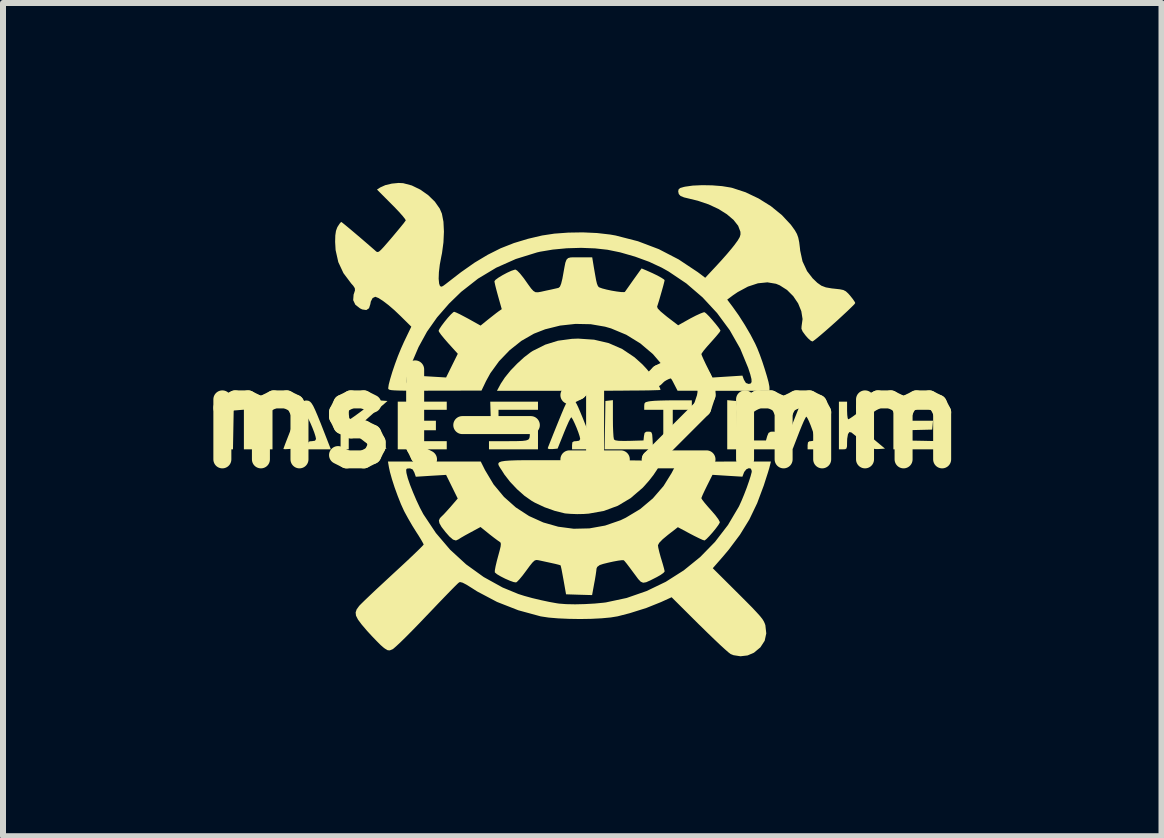
<source format=kicad_pcb>
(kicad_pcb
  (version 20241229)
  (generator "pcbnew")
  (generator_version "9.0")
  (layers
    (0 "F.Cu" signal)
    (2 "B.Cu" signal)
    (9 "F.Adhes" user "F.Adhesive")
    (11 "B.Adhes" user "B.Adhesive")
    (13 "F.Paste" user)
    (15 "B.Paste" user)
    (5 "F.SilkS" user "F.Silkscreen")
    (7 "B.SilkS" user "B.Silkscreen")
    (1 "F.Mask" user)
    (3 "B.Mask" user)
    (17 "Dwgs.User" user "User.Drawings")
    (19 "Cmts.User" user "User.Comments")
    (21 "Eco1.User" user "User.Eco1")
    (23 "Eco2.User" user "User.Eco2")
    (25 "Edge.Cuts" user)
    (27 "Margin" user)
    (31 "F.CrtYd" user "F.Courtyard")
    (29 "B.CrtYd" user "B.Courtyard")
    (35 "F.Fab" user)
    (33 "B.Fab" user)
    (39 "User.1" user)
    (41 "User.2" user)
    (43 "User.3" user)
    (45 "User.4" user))
  (footprint "msl-12mm"
    (layer "F.Cu")
    (at 6.657 3.93)
    (property "Reference" "msl-12mm" (at 0 0 0) (layer "F.SilkS") (effects (font (size 1.5 1.5) (thickness 0.3))))
    (attr board_only exclude_from_pos_files exclude_from_bom)
    (fp_poly (pts (xy 2.491 -0.302) (xy 2.565 -0.295) (xy 2.576 0.034) (xy 2.588 0.363) (xy 2.825 0.363) (xy 3.063 0.363) (xy 3.084 0.289) (xy 3.106 0.237) (xy 3.141 0.218) (xy 3.17 0.216) (xy 3.205 0.217) (xy 3.224 0.23) (xy 3.232 0.262) (xy 3.235 0.326) (xy 3.235 0.363) (xy 3.235 0.511) (xy 2.826 0.511) (xy 2.417 0.511) (xy 2.417 0.101) (xy 2.417 -0.309)) (stroke (width 0) (type solid)) (fill yes) (layer "F.SilkS"))
    (fp_poly (pts (xy 1.827 -0.227) (xy 1.827 -0.148) (xy 1.668 -0.148) (xy 1.509 -0.148) (xy 1.509 0.182) (xy 1.509 0.511) (xy 1.43 0.511) (xy 1.351 0.511) (xy 1.351 0.182) (xy 1.351 -0.148) (xy 1.192 -0.148) (xy 1.033 -0.148) (xy 1.033 -0.213) (xy 1.037 -0.253) (xy 1.057 -0.275) (xy 1.105 -0.287) (xy 1.138 -0.292) (xy 1.202 -0.298) (xy 1.298 -0.302) (xy 1.414 -0.305) (xy 1.535 -0.306) (xy 1.827 -0.306)) (stroke (width 0) (type solid)) (fill yes) (layer "F.SilkS"))
    (fp_poly (pts (xy -2.259 -0.216) (xy -2.259 -0.148) (xy -2.588 -0.148) (xy -2.917 -0.148) (xy -2.917 -0.057) (xy -2.917 0.034) (xy -2.678 0.034) (xy -2.44 0.034) (xy -2.44 0.113) (xy -2.44 0.193) (xy -2.678 0.193) (xy -2.917 0.193) (xy -2.917 0.284) (xy -2.917 0.375) (xy -2.588 0.375) (xy -2.259 0.375) (xy -2.259 0.443) (xy -2.259 0.511) (xy -2.667 0.511) (xy -3.076 0.511) (xy -3.076 0.113) (xy -3.076 -0.284) (xy -2.667 -0.284) (xy -2.259 -0.284)) (stroke (width 0) (type solid)) (fill yes) (layer "F.SilkS"))
    (fp_poly (pts (xy 6.004 -0.216) (xy 6.004 -0.148) (xy 5.675 -0.148) (xy 5.346 -0.148) (xy 5.346 -0.057) (xy 5.346 0.034) (xy 5.597 0.034) (xy 5.848 0.034) (xy 5.841 0.108) (xy 5.834 0.182) (xy 5.588 0.188) (xy 5.343 0.195) (xy 5.35 0.279) (xy 5.357 0.363) (xy 5.68 0.369) (xy 6.004 0.376) (xy 6.004 0.443) (xy 6.004 0.511) (xy 5.595 0.511) (xy 5.187 0.511) (xy 5.187 0.113) (xy 5.187 -0.284) (xy 5.595 -0.284) (xy 6.004 -0.284)) (stroke (width 0) (type solid)) (fill yes) (layer "F.SilkS"))
    (fp_poly (pts (xy 0.511 0.004) (xy 0.512 0.121) (xy 0.516 0.222) (xy 0.521 0.299) (xy 0.528 0.342) (xy 0.53 0.347) (xy 0.553 0.361) (xy 0.605 0.369) (xy 0.692 0.371) (xy 0.785 0.37) (xy 1.021 0.363) (xy 1.029 0.289) (xy 1.039 0.238) (xy 1.065 0.218) (xy 1.1 0.216) (xy 1.135 0.218) (xy 1.155 0.231) (xy 1.166 0.265) (xy 1.171 0.331) (xy 1.173 0.363) (xy 1.18 0.511) (xy 0.777 0.511) (xy 0.373 0.511) (xy 0.38 0.108) (xy 0.386 -0.295) (xy 0.448 -0.302) (xy 0.511 -0.309)) (stroke (width 0) (type solid)) (fill yes) (layer "F.SilkS"))
    (fp_poly (pts (xy -5.545 -0.305) (xy -5.429 -0.302) (xy -5.333 -0.298) (xy -5.269 -0.292) (xy -5.164 -0.278) (xy -5.164 0.117) (xy -5.164 0.511) (xy -5.232 0.511) (xy -5.3 0.511) (xy -5.3 0.182) (xy -5.3 -0.148) (xy -5.391 -0.148) (xy -5.482 -0.148) (xy -5.482 0.182) (xy -5.482 0.511) (xy -5.561 0.511) (xy -5.641 0.511) (xy -5.641 0.18) (xy -5.641 -0.15) (xy -5.726 -0.143) (xy -5.811 -0.136) (xy -5.817 0.187) (xy -5.823 0.511) (xy -5.891 0.511) (xy -5.958 0.511) (xy -5.958 0.102) (xy -5.958 -0.306) (xy -5.667 -0.306)) (stroke (width 0) (type solid)) (fill yes) (layer "F.SilkS"))
    (fp_poly (pts (xy -0.738 -0.216) (xy -0.738 -0.148) (xy -1.067 -0.148) (xy -1.396 -0.148) (xy -1.396 -0.057) (xy -1.396 0.034) (xy -1.067 0.034) (xy -0.738 0.034) (xy -0.738 0.272) (xy -0.738 0.511) (xy -1.146 0.511) (xy -1.555 0.511) (xy -1.555 0.443) (xy -1.555 0.375) (xy -1.228 0.375) (xy -1.094 0.374) (xy -0.999 0.371) (xy -0.937 0.363) (xy -0.899 0.349) (xy -0.881 0.324) (xy -0.875 0.288) (xy -0.874 0.248) (xy -0.874 0.194) (xy -1.197 0.188) (xy -1.521 0.182) (xy -1.527 -0.051) (xy -1.534 -0.284) (xy -1.136 -0.284) (xy -0.738 -0.284)) (stroke (width 0) (type solid)) (fill yes) (layer "F.SilkS"))
    (fp_poly (pts (xy 0.197 -1.317) (xy 0.441 -1.26) (xy 0.665 -1.162) (xy 0.872 -1.023) (xy 1 -0.908) (xy 1.072 -0.831) (xy 1.144 -0.744) (xy 1.21 -0.655) (xy 1.263 -0.575) (xy 1.296 -0.511) (xy 1.305 -0.48) (xy 1.283 -0.477) (xy 1.22 -0.475) (xy 1.119 -0.472) (xy 0.984 -0.47) (xy 0.819 -0.469) (xy 0.629 -0.467) (xy 0.417 -0.466) (xy 0.187 -0.466) (xy -0.057 -0.465) (xy -0.058 -0.465) (xy -1.422 -0.465) (xy -1.358 -0.584) (xy -1.29 -0.687) (xy -1.196 -0.803) (xy -1.084 -0.919) (xy -0.968 -1.025) (xy -0.858 -1.109) (xy -0.825 -1.13) (xy -0.617 -1.234) (xy -0.404 -1.3) (xy -0.173 -1.331) (xy -0.068 -1.335)) (stroke (width 0) (type solid)) (fill yes) (layer "F.SilkS"))
    (fp_poly (pts (xy 3.965 0.089) (xy 4.015 0.212) (xy 4.057 0.321) (xy 4.091 0.409) (xy 4.113 0.468) (xy 4.12 0.492) (xy 4.099 0.5) (xy 4.043 0.507) (xy 3.964 0.511) (xy 3.938 0.511) (xy 3.757 0.511) (xy 3.757 0.443) (xy 3.763 0.394) (xy 3.789 0.376) (xy 3.812 0.375) (xy 3.86 0.367) (xy 3.88 0.354) (xy 3.878 0.325) (xy 3.863 0.268) (xy 3.838 0.194) (xy 3.809 0.114) (xy 3.779 0.042) (xy 3.753 -0.011) (xy 3.736 -0.034) (xy 3.735 -0.034) (xy 3.721 -0.014) (xy 3.694 0.04) (xy 3.659 0.121) (xy 3.619 0.22) (xy 3.614 0.233) (xy 3.511 0.499) (xy 3.429 0.506) (xy 3.376 0.507) (xy 3.349 0.498) (xy 3.348 0.495) (xy 3.357 0.469) (xy 3.379 0.408) (xy 3.413 0.319) (xy 3.456 0.208) (xy 3.503 0.091) (xy 3.656 -0.295) (xy 3.734 -0.295) (xy 3.811 -0.295)) (stroke (width 0) (type solid)) (fill yes) (layer "F.SilkS"))
    (fp_poly (pts (xy 4.964 -0.306) (xy 5.062 -0.305) (xy 4.96 -0.209) (xy 4.888 -0.144) (xy 4.802 -0.066) (xy 4.724 0.003) (xy 4.59 0.119) (xy 4.819 0.309) (xy 5.047 0.499) (xy 4.945 0.506) (xy 4.894 0.507) (xy 4.85 0.499) (xy 4.804 0.476) (xy 4.743 0.433) (xy 4.68 0.383) (xy 4.604 0.323) (xy 4.54 0.272) (xy 4.497 0.238) (xy 4.487 0.23) (xy 4.453 0.223) (xy 4.43 0.258) (xy 4.417 0.334) (xy 4.415 0.392) (xy 4.414 0.461) (xy 4.405 0.496) (xy 4.384 0.509) (xy 4.347 0.511) (xy 4.279 0.511) (xy 4.279 0.113) (xy 4.279 -0.284) (xy 4.347 -0.284) (xy 4.415 -0.284) (xy 4.415 -0.136) (xy 4.418 -0.061) (xy 4.425 -0.008) (xy 4.435 0.011) (xy 4.46 -0.002) (xy 4.512 -0.037) (xy 4.584 -0.09) (xy 4.66 -0.148) (xy 4.752 -0.218) (xy 4.819 -0.264) (xy 4.87 -0.29) (xy 4.914 -0.303) (xy 4.961 -0.306)) (stroke (width 0) (type solid)) (fill yes) (layer "F.SilkS"))
    (fp_poly (pts (xy -0.145 -0.305) (xy -0.13 -0.297) (xy -0.113 -0.279) (xy -0.094 -0.246) (xy -0.069 -0.195) (xy -0.037 -0.12) (xy 0.005 -0.019) (xy 0.058 0.114) (xy 0.125 0.282) (xy 0.172 0.403) (xy 0.215 0.511) (xy 0.022 0.511) (xy -0.17 0.511) (xy -0.17 0.443) (xy -0.165 0.394) (xy -0.138 0.377) (xy -0.102 0.375) (xy -0.051 0.367) (xy -0.035 0.34) (xy -0.035 0.335) (xy -0.044 0.293) (xy -0.065 0.229) (xy -0.094 0.153) (xy -0.126 0.079) (xy -0.155 0.018) (xy -0.177 -0.018) (xy -0.183 -0.023) (xy -0.198 -0.003) (xy -0.226 0.051) (xy -0.262 0.132) (xy -0.303 0.23) (xy -0.306 0.238) (xy -0.411 0.499) (xy -0.498 0.507) (xy -0.555 0.507) (xy -0.575 0.495) (xy -0.573 0.484) (xy -0.484 0.26) (xy -0.409 0.074) (xy -0.348 -0.075) (xy -0.302 -0.184) (xy -0.27 -0.252) (xy -0.256 -0.278) (xy -0.216 -0.301) (xy -0.182 -0.306) (xy -0.162 -0.307)) (stroke (width 0) (type solid)) (fill yes) (layer "F.SilkS"))
    (fp_poly (pts (xy -4.587 -0.302) (xy -4.561 -0.297) (xy -4.537 -0.283) (xy -4.513 -0.257) (xy -4.486 -0.214) (xy -4.454 -0.147) (xy -4.414 -0.054) (xy -4.363 0.071) (xy -4.3 0.232) (xy -4.282 0.278) (xy -4.191 0.511) (xy -4.383 0.511) (xy -4.574 0.511) (xy -4.574 0.443) (xy -4.568 0.394) (xy -4.542 0.377) (xy -4.506 0.375) (xy -4.455 0.367) (xy -4.439 0.34) (xy -4.439 0.335) (xy -4.448 0.293) (xy -4.469 0.227) (xy -4.499 0.15) (xy -4.531 0.075) (xy -4.561 0.013) (xy -4.583 -0.023) (xy -4.588 -0.027) (xy -4.603 -0.01) (xy -4.63 0.042) (xy -4.666 0.121) (xy -4.706 0.22) (xy -4.711 0.233) (xy -4.813 0.499) (xy -4.898 0.506) (xy -4.952 0.509) (xy -4.981 0.506) (xy -4.982 0.504) (xy -4.974 0.48) (xy -4.953 0.423) (xy -4.921 0.34) (xy -4.882 0.24) (xy -4.839 0.131) (xy -4.795 0.022) (xy -4.754 -0.079) (xy -4.72 -0.164) (xy -4.695 -0.225) (xy -4.686 -0.245) (xy -4.655 -0.291) (xy -4.611 -0.303)) (stroke (width 0) (type solid)) (fill yes) (layer "F.SilkS"))
    (fp_poly (pts (xy -3.893 -0.148) (xy -3.891 -0.069) (xy -3.885 -0.012) (xy -3.878 0.011) (xy -3.877 0.011) (xy -3.854 -0.002) (xy -3.803 -0.037) (xy -3.731 -0.089) (xy -3.651 -0.149) (xy -3.559 -0.218) (xy -3.493 -0.264) (xy -3.444 -0.29) (xy -3.404 -0.302) (xy -3.362 -0.303) (xy -3.344 -0.302) (xy -3.247 -0.295) (xy -3.479 -0.094) (xy -3.564 -0.019) (xy -3.635 0.045) (xy -3.685 0.093) (xy -3.709 0.119) (xy -3.71 0.122) (xy -3.693 0.141) (xy -3.647 0.182) (xy -3.58 0.24) (xy -3.496 0.309) (xy -3.485 0.318) (xy -3.261 0.499) (xy -3.362 0.506) (xy -3.41 0.507) (xy -3.451 0.5) (xy -3.495 0.48) (xy -3.553 0.441) (xy -3.634 0.38) (xy -3.654 0.364) (xy -3.734 0.303) (xy -3.803 0.254) (xy -3.851 0.223) (xy -3.869 0.216) (xy -3.882 0.237) (xy -3.891 0.296) (xy -3.893 0.363) (xy -3.893 0.511) (xy -3.961 0.511) (xy -4.029 0.511) (xy -4.029 0.102) (xy -4.029 -0.306) (xy -3.961 -0.306) (xy -3.893 -0.306)) (stroke (width 0) (type solid)) (fill yes) (layer "F.SilkS"))
    (fp_poly (pts (xy -0.588 0.692) (xy -0.342 0.692) (xy -0.059 0.692) (xy 0.235 0.692) (xy 0.486 0.693) (xy 0.698 0.694) (xy 0.873 0.696) (xy 1.014 0.698) (xy 1.123 0.701) (xy 1.204 0.704) (xy 1.26 0.708) (xy 1.292 0.713) (xy 1.305 0.719) (xy 1.305 0.721) (xy 1.29 0.773) (xy 1.248 0.848) (xy 1.187 0.939) (xy 1.112 1.035) (xy 1.028 1.13) (xy 1.003 1.156) (xy 0.806 1.325) (xy 0.593 1.452) (xy 0.36 1.538) (xy 0.108 1.583) (xy 0.023 1.589) (xy -0.086 1.591) (xy -0.194 1.587) (xy -0.281 1.58) (xy -0.298 1.577) (xy -0.458 1.537) (xy -0.629 1.476) (xy -0.789 1.401) (xy -0.843 1.37) (xy -0.963 1.286) (xy -1.088 1.175) (xy -1.204 1.052) (xy -1.298 0.931) (xy -1.321 0.894) (xy -1.348 0.852) (xy -1.372 0.816) (xy -1.39 0.786) (xy -1.399 0.761) (xy -1.397 0.741) (xy -1.38 0.725) (xy -1.345 0.713) (xy -1.289 0.704) (xy -1.209 0.698) (xy -1.102 0.694) (xy -0.965 0.692) (xy -0.794 0.692)) (stroke (width 0) (type solid)) (fill yes) (layer "F.SilkS"))
    (fp_poly (pts (xy -1.621 0.857) (xy -1.478 1.096) (xy -1.305 1.304) (xy -1.107 1.48) (xy -0.887 1.623) (xy -0.65 1.73) (xy -0.401 1.801) (xy -0.143 1.835) (xy 0.119 1.829) (xy 0.381 1.782) (xy 0.639 1.693) (xy 0.726 1.651) (xy 0.966 1.507) (xy 1.177 1.329) (xy 1.355 1.123) (xy 1.488 0.909) (xy 1.589 0.716) (xy 2.367 0.715) (xy 3.145 0.715) (xy 3.13 0.777) (xy 3.118 0.823) (xy 3.095 0.9) (xy 3.063 0.999) (xy 3.028 1.109) (xy 3.027 1.112) (xy 2.916 1.409) (xy 2.786 1.68) (xy 2.629 1.935) (xy 2.44 2.187) (xy 2.343 2.302) (xy 2.176 2.493) (xy 2.6 2.915) (xy 2.73 3.045) (xy 2.832 3.148) (xy 2.908 3.229) (xy 2.964 3.291) (xy 3.003 3.34) (xy 3.028 3.381) (xy 3.044 3.417) (xy 3.053 3.444) (xy 3.068 3.58) (xy 3.041 3.703) (xy 2.97 3.812) (xy 2.862 3.902) (xy 2.757 3.947) (xy 2.638 3.961) (xy 2.522 3.943) (xy 2.474 3.924) (xy 2.441 3.899) (xy 2.38 3.846) (xy 2.297 3.77) (xy 2.197 3.675) (xy 2.084 3.566) (xy 1.963 3.447) (xy 1.948 3.433) (xy 1.49 2.977) (xy 1.312 3.058) (xy 1.068 3.156) (xy 0.791 3.243) (xy 0.59 3.295) (xy 0.474 3.314) (xy 0.323 3.328) (xy 0.149 3.337) (xy -0.037 3.34) (xy -0.224 3.337) (xy -0.402 3.329) (xy -0.559 3.316) (xy -0.685 3.297) (xy -0.692 3.296) (xy -1.066 3.194) (xy -1.421 3.055) (xy -1.752 2.88) (xy -1.838 2.825) (xy -1.931 2.767) (xy -1.995 2.734) (xy -2.036 2.724) (xy -2.053 2.729) (xy -2.077 2.75) (xy -2.128 2.8) (xy -2.202 2.875) (xy -2.295 2.971) (xy -2.403 3.083) (xy -2.522 3.208) (xy -2.592 3.281) (xy -2.717 3.412) (xy -2.835 3.533) (xy -2.942 3.641) (xy -3.033 3.73) (xy -3.104 3.796) (xy -3.15 3.836) (xy -3.164 3.845) (xy -3.209 3.863) (xy -3.245 3.86) (xy -3.289 3.834) (xy -3.313 3.816) (xy -3.36 3.775) (xy -3.427 3.708) (xy -3.506 3.626) (xy -3.587 3.538) (xy -3.678 3.431) (xy -3.739 3.349) (xy -3.772 3.284) (xy -3.778 3.23) (xy -3.761 3.179) (xy -3.721 3.124) (xy -3.72 3.122) (xy -3.689 3.09) (xy -3.629 3.031) (xy -3.544 2.95) (xy -3.441 2.852) (xy -3.322 2.742) (xy -3.194 2.623) (xy -3.153 2.585) (xy -3.026 2.468) (xy -2.911 2.361) (xy -2.811 2.266) (xy -2.731 2.189) (xy -2.675 2.133) (xy -2.647 2.103) (xy -2.644 2.098) (xy -2.656 2.072) (xy -2.687 2.017) (xy -2.733 1.942) (xy -2.767 1.89) (xy -2.833 1.784) (xy -2.901 1.667) (xy -2.959 1.561) (xy -2.973 1.534) (xy -3.023 1.424) (xy -3.076 1.29) (xy -3.128 1.147) (xy -3.173 1.007) (xy -3.207 0.885) (xy -3.214 0.851) (xy -2.936 0.851) (xy -2.932 0.898) (xy -2.929 0.914) (xy -2.908 0.995) (xy -2.87 1.105) (xy -2.82 1.231) (xy -2.764 1.362) (xy -2.706 1.485) (xy -2.651 1.589) (xy -2.644 1.6) (xy -2.44 1.906) (xy -2.203 2.184) (xy -1.936 2.429) (xy -1.643 2.64) (xy -1.327 2.815) (xy -1.065 2.923) (xy -0.964 2.955) (xy -0.833 2.991) (xy -0.69 3.025) (xy -0.549 3.055) (xy -0.427 3.077) (xy -0.386 3.083) (xy -0.267 3.092) (xy -0.118 3.095) (xy 0.045 3.091) (xy 0.208 3.082) (xy 0.354 3.068) (xy 0.394 3.063) (xy 0.74 2.989) (xy 1.074 2.873) (xy 1.393 2.719) (xy 1.692 2.529) (xy 1.967 2.306) (xy 2.214 2.053) (xy 2.429 1.773) (xy 2.609 1.469) (xy 2.617 1.453) (xy 2.656 1.367) (xy 2.699 1.263) (xy 2.741 1.154) (xy 2.778 1.048) (xy 2.807 0.958) (xy 2.824 0.893) (xy 2.826 0.872) (xy 2.812 0.834) (xy 2.778 0.825) (xy 2.737 0.843) (xy 2.703 0.884) (xy 2.696 0.898) (xy 2.67 0.967) (xy 2.421 0.952) (xy 2.171 0.936) (xy 2.079 1.12) (xy 2.038 1.204) (xy 2.006 1.273) (xy 1.988 1.318) (xy 1.986 1.327) (xy 2.001 1.352) (xy 2.04 1.403) (xy 2.097 1.47) (xy 2.146 1.525) (xy 2.218 1.608) (xy 2.268 1.675) (xy 2.292 1.72) (xy 2.293 1.732) (xy 2.27 1.772) (xy 2.227 1.83) (xy 2.175 1.894) (xy 2.12 1.956) (xy 2.073 2.004) (xy 2.042 2.029) (xy 2.038 2.03) (xy 2.007 2.021) (xy 1.946 1.993) (xy 1.865 1.953) (xy 1.802 1.92) (xy 1.594 1.809) (xy 1.429 1.937) (xy 1.34 2.011) (xy 1.283 2.07) (xy 1.262 2.11) (xy 1.262 2.111) (xy 1.268 2.153) (xy 1.285 2.225) (xy 1.309 2.313) (xy 1.317 2.338) (xy 1.343 2.425) (xy 1.363 2.497) (xy 1.373 2.541) (xy 1.373 2.548) (xy 1.354 2.571) (xy 1.305 2.606) (xy 1.236 2.645) (xy 1.235 2.645) (xy 1.135 2.696) (xy 1.065 2.727) (xy 1.015 2.735) (xy 0.975 2.718) (xy 0.933 2.674) (xy 0.879 2.601) (xy 0.852 2.565) (xy 0.792 2.484) (xy 0.741 2.417) (xy 0.705 2.373) (xy 0.691 2.36) (xy 0.66 2.359) (xy 0.598 2.367) (xy 0.517 2.382) (xy 0.431 2.401) (xy 0.35 2.421) (xy 0.289 2.441) (xy 0.289 2.442) (xy 0.25 2.471) (xy 0.238 2.499) (xy 0.234 2.537) (xy 0.224 2.607) (xy 0.209 2.697) (xy 0.201 2.738) (xy 0.164 2.941) (xy -0.053 2.935) (xy -0.27 2.928) (xy -0.312 2.691) (xy -0.33 2.593) (xy -0.345 2.513) (xy -0.357 2.461) (xy -0.362 2.445) (xy -0.386 2.437) (xy -0.444 2.422) (xy -0.521 2.405) (xy -0.525 2.404) (xy -0.613 2.385) (xy -0.691 2.368) (xy -0.74 2.358) (xy -0.769 2.356) (xy -0.797 2.367) (xy -0.83 2.398) (xy -0.876 2.455) (xy -0.934 2.534) (xy -0.994 2.614) (xy -1.048 2.679) (xy -1.088 2.72) (xy -1.104 2.73) (xy -1.144 2.724) (xy -1.208 2.701) (xy -1.284 2.668) (xy -1.359 2.63) (xy -1.42 2.594) (xy -1.455 2.565) (xy -1.458 2.561) (xy -1.457 2.527) (xy -1.445 2.461) (xy -1.424 2.372) (xy -1.405 2.301) (xy -1.377 2.198) (xy -1.361 2.131) (xy -1.357 2.089) (xy -1.362 2.066) (xy -1.377 2.053) (xy -1.38 2.051) (xy -1.415 2.027) (xy -1.474 1.983) (xy -1.545 1.928) (xy -1.557 1.918) (xy -1.696 1.806) (xy -1.87 1.9) (xy -1.951 1.944) (xy -2.017 1.982) (xy -2.058 2.008) (xy -2.064 2.012) (xy -2.106 2.031) (xy -2.154 2.016) (xy -2.215 1.964) (xy -2.28 1.89) (xy -2.346 1.805) (xy -2.381 1.743) (xy -2.39 1.698) (xy -2.373 1.659) (xy -2.347 1.632) (xy -2.308 1.594) (xy -2.252 1.533) (xy -2.19 1.464) (xy -2.187 1.46) (xy -2.076 1.331) (xy -2.173 1.134) (xy -2.27 0.937) (xy -2.523 0.952) (xy -2.775 0.968) (xy -2.799 0.898) (xy -2.827 0.847) (xy -2.869 0.829) (xy -2.884 0.829) (xy -2.923 0.832) (xy -2.936 0.851) (xy -3.214 0.851) (xy -3.223 0.811) (xy -3.239 0.715) (xy -2.465 0.715) (xy -1.692 0.715)) (stroke (width 0) (type solid)) (fill yes) (layer "F.SilkS"))
    (fp_poly (pts (xy -2.985 -3.926) (xy -2.842 -3.888) (xy -2.7 -3.819) (xy -2.569 -3.727) (xy -2.458 -3.619) (xy -2.376 -3.502) (xy -2.34 -3.418) (xy -2.314 -3.283) (xy -2.306 -3.119) (xy -2.314 -2.94) (xy -2.338 -2.76) (xy -2.35 -2.702) (xy -2.375 -2.568) (xy -2.39 -2.442) (xy -2.394 -2.333) (xy -2.386 -2.252) (xy -2.373 -2.215) (xy -2.354 -2.2) (xy -2.324 -2.21) (xy -2.272 -2.248) (xy -2.271 -2.249) (xy -2.023 -2.441) (xy -1.794 -2.602) (xy -1.575 -2.733) (xy -1.36 -2.841) (xy -1.139 -2.928) (xy -0.904 -2.999) (xy -0.67 -3.054) (xy -0.465 -3.085) (xy -0.234 -3.102) (xy 0.009 -3.106) (xy 0.247 -3.095) (xy 0.465 -3.07) (xy 0.556 -3.054) (xy 0.929 -2.958) (xy 1.277 -2.826) (xy 1.607 -2.655) (xy 1.926 -2.443) (xy 1.99 -2.395) (xy 2.05 -2.349) (xy 2.236 -2.548) (xy 2.324 -2.644) (xy 2.414 -2.746) (xy 2.493 -2.84) (xy 2.536 -2.894) (xy 2.593 -2.972) (xy 2.625 -3.027) (xy 2.638 -3.07) (xy 2.637 -3.114) (xy 2.636 -3.118) (xy 2.599 -3.216) (xy 2.522 -3.314) (xy 2.41 -3.409) (xy 2.271 -3.496) (xy 2.108 -3.572) (xy 1.928 -3.633) (xy 1.793 -3.666) (xy 1.697 -3.689) (xy 1.639 -3.713) (xy 1.609 -3.745) (xy 1.6 -3.788) (xy 1.6 -3.792) (xy 1.607 -3.824) (xy 1.634 -3.846) (xy 1.693 -3.863) (xy 1.715 -3.868) (xy 1.843 -3.886) (xy 2 -3.893) (xy 2.167 -3.89) (xy 2.33 -3.877) (xy 2.472 -3.854) (xy 2.499 -3.848) (xy 2.722 -3.775) (xy 2.94 -3.671) (xy 3.145 -3.543) (xy 3.326 -3.396) (xy 3.473 -3.239) (xy 3.495 -3.21) (xy 3.545 -3.14) (xy 3.579 -3.08) (xy 3.601 -3.019) (xy 3.617 -2.942) (xy 3.63 -2.837) (xy 3.633 -2.803) (xy 3.672 -2.623) (xy 3.748 -2.46) (xy 3.841 -2.34) (xy 3.919 -2.265) (xy 3.987 -2.217) (xy 4.061 -2.189) (xy 4.158 -2.172) (xy 4.205 -2.167) (xy 4.295 -2.157) (xy 4.353 -2.145) (xy 4.395 -2.123) (xy 4.434 -2.087) (xy 4.466 -2.051) (xy 4.512 -1.993) (xy 4.543 -1.947) (xy 4.551 -1.928) (xy 4.535 -1.906) (xy 4.49 -1.861) (xy 4.424 -1.797) (xy 4.341 -1.72) (xy 4.249 -1.635) (xy 4.153 -1.549) (xy 4.06 -1.467) (xy 3.975 -1.394) (xy 3.905 -1.336) (xy 3.857 -1.299) (xy 3.838 -1.287) (xy 3.809 -1.3) (xy 3.764 -1.34) (xy 3.725 -1.384) (xy 3.675 -1.451) (xy 3.654 -1.499) (xy 3.656 -1.538) (xy 3.673 -1.661) (xy 3.652 -1.792) (xy 3.599 -1.922) (xy 3.518 -2.042) (xy 3.414 -2.146) (xy 3.293 -2.223) (xy 3.23 -2.249) (xy 3.087 -2.273) (xy 2.929 -2.257) (xy 2.762 -2.202) (xy 2.591 -2.11) (xy 2.513 -2.057) (xy 2.417 -1.985) (xy 2.506 -1.867) (xy 2.609 -1.722) (xy 2.711 -1.562) (xy 2.805 -1.401) (xy 2.882 -1.253) (xy 2.918 -1.174) (xy 2.96 -1.068) (xy 3.003 -0.948) (xy 3.043 -0.825) (xy 3.078 -0.71) (xy 3.105 -0.612) (xy 3.119 -0.54) (xy 3.121 -0.518) (xy 3.121 -0.465) (xy 2.355 -0.465) (xy 1.589 -0.466) (xy 1.504 -0.631) (xy 1.358 -0.867) (xy 1.178 -1.077) (xy 0.968 -1.255) (xy 0.734 -1.399) (xy 0.48 -1.505) (xy 0.379 -1.534) (xy 0.141 -1.575) (xy -0.113 -1.58) (xy -0.37 -1.552) (xy -0.619 -1.49) (xy -0.806 -1.417) (xy -1.015 -1.297) (xy -1.211 -1.141) (xy -1.387 -0.958) (xy -1.532 -0.758) (xy -1.604 -0.627) (xy -1.68 -0.468) (xy -2.457 -0.467) (xy -2.666 -0.466) (xy -2.833 -0.467) (xy -2.964 -0.467) (xy -3.063 -0.469) (xy -3.134 -0.472) (xy -3.183 -0.476) (xy -3.212 -0.482) (xy -3.228 -0.49) (xy -3.234 -0.5) (xy -3.235 -0.508) (xy -3.226 -0.569) (xy -3.211 -0.627) (xy -2.937 -0.627) (xy -2.93 -0.595) (xy -2.906 -0.581) (xy -2.882 -0.579) (xy -2.834 -0.591) (xy -2.804 -0.635) (xy -2.8 -0.648) (xy -2.776 -0.717) (xy -2.523 -0.702) (xy -2.27 -0.687) (xy -2.173 -0.884) (xy -2.075 -1.082) (xy -2.235 -1.259) (xy -2.301 -1.335) (xy -2.354 -1.4) (xy -2.387 -1.447) (xy -2.395 -1.464) (xy -2.381 -1.496) (xy -2.345 -1.55) (xy -2.296 -1.615) (xy -2.242 -1.681) (xy -2.191 -1.737) (xy -2.151 -1.774) (xy -2.136 -1.782) (xy -2.105 -1.771) (xy -2.045 -1.743) (xy -1.965 -1.701) (xy -1.901 -1.667) (xy -1.695 -1.552) (xy -1.573 -1.651) (xy -1.502 -1.707) (xy -1.437 -1.758) (xy -1.397 -1.788) (xy -1.342 -1.826) (xy -1.403 -2.042) (xy -1.429 -2.138) (xy -1.45 -2.22) (xy -1.462 -2.276) (xy -1.464 -2.292) (xy -1.445 -2.316) (xy -1.396 -2.352) (xy -1.328 -2.393) (xy -1.253 -2.433) (xy -1.183 -2.465) (xy -1.129 -2.483) (xy -1.113 -2.486) (xy -1.084 -2.468) (xy -1.039 -2.422) (xy -0.986 -2.356) (xy -0.97 -2.335) (xy -0.901 -2.237) (xy -0.852 -2.17) (xy -0.814 -2.129) (xy -0.78 -2.109) (xy -0.74 -2.107) (xy -0.687 -2.116) (xy -0.612 -2.133) (xy -0.612 -2.133) (xy -0.522 -2.152) (xy -0.447 -2.169) (xy -0.399 -2.18) (xy -0.394 -2.182) (xy -0.372 -2.201) (xy -0.352 -2.25) (xy -0.331 -2.335) (xy -0.319 -2.401) (xy -0.298 -2.519) (xy -0.282 -2.6) (xy -0.263 -2.65) (xy -0.235 -2.678) (xy -0.191 -2.689) (xy -0.126 -2.69) (xy -0.046 -2.69) (xy 0.166 -2.69) (xy 0.193 -2.525) (xy 0.215 -2.398) (xy 0.231 -2.309) (xy 0.245 -2.251) (xy 0.259 -2.216) (xy 0.273 -2.196) (xy 0.284 -2.189) (xy 0.334 -2.171) (xy 0.407 -2.152) (xy 0.492 -2.134) (xy 0.577 -2.12) (xy 0.65 -2.111) (xy 0.698 -2.11) (xy 0.711 -2.114) (xy 0.73 -2.141) (xy 0.769 -2.196) (xy 0.821 -2.27) (xy 0.857 -2.321) (xy 0.989 -2.505) (xy 1.073 -2.47) (xy 1.167 -2.428) (xy 1.254 -2.386) (xy 1.322 -2.348) (xy 1.364 -2.32) (xy 1.373 -2.308) (xy 1.367 -2.28) (xy 1.352 -2.221) (xy 1.33 -2.142) (xy 1.305 -2.055) (xy 1.281 -1.972) (xy 1.26 -1.905) (xy 1.248 -1.867) (xy 1.259 -1.837) (xy 1.308 -1.786) (xy 1.391 -1.717) (xy 1.417 -1.696) (xy 1.599 -1.557) (xy 1.804 -1.672) (xy 1.893 -1.718) (xy 1.969 -1.753) (xy 2.022 -1.773) (xy 2.041 -1.774) (xy 2.069 -1.752) (xy 2.115 -1.706) (xy 2.169 -1.645) (xy 2.224 -1.58) (xy 2.27 -1.522) (xy 2.299 -1.48) (xy 2.304 -1.467) (xy 2.29 -1.443) (xy 2.251 -1.395) (xy 2.194 -1.329) (xy 2.145 -1.274) (xy 2.079 -1.2) (xy 2.026 -1.137) (xy 1.994 -1.092) (xy 1.986 -1.077) (xy 1.996 -1.048) (xy 2.022 -0.989) (xy 2.059 -0.91) (xy 2.079 -0.87) (xy 2.171 -0.686) (xy 2.421 -0.702) (xy 2.67 -0.718) (xy 2.696 -0.648) (xy 2.729 -0.595) (xy 2.774 -0.579) (xy 2.807 -0.586) (xy 2.823 -0.611) (xy 2.821 -0.66) (xy 2.801 -0.74) (xy 2.766 -0.847) (xy 2.633 -1.169) (xy 2.459 -1.475) (xy 2.248 -1.761) (xy 2.006 -2.022) (xy 1.735 -2.255) (xy 1.439 -2.454) (xy 1.327 -2.517) (xy 1.117 -2.615) (xy 0.879 -2.702) (xy 0.632 -2.773) (xy 0.423 -2.816) (xy 0.214 -2.839) (xy -0.018 -2.848) (xy -0.259 -2.841) (xy -0.492 -2.819) (xy -0.701 -2.784) (xy -0.753 -2.772) (xy -1.108 -2.662) (xy -1.434 -2.517) (xy -1.737 -2.335) (xy -2.019 -2.114) (xy -2.22 -1.919) (xy -2.421 -1.688) (xy -2.588 -1.451) (xy -2.729 -1.194) (xy -2.852 -0.906) (xy -2.857 -0.892) (xy -2.901 -0.77) (xy -2.928 -0.684) (xy -2.937 -0.627) (xy -3.211 -0.627) (xy -3.202 -0.662) (xy -3.167 -0.778) (xy -3.123 -0.908) (xy -3.074 -1.041) (xy -3.022 -1.168) (xy -2.973 -1.278) (xy -2.85 -1.534) (xy -3.029 -1.711) (xy -3.132 -1.809) (xy -3.232 -1.895) (xy -3.323 -1.964) (xy -3.396 -2.011) (xy -3.446 -2.031) (xy -3.451 -2.032) (xy -3.495 -2.011) (xy -3.525 -1.953) (xy -3.533 -1.909) (xy -3.555 -1.841) (xy -3.6 -1.811) (xy -3.668 -1.821) (xy -3.705 -1.839) (xy -3.783 -1.9) (xy -3.819 -1.976) (xy -3.812 -2.069) (xy -3.805 -2.089) (xy -3.789 -2.139) (xy -3.792 -2.176) (xy -3.818 -2.216) (xy -3.852 -2.254) (xy -3.981 -2.426) (xy -4.067 -2.61) (xy -4.112 -2.811) (xy -4.12 -2.949) (xy -4.117 -3.055) (xy -4.106 -3.13) (xy -4.086 -3.186) (xy -4.075 -3.206) (xy -4.043 -3.254) (xy -4.021 -3.279) (xy -4.018 -3.28) (xy -3.998 -3.266) (xy -3.951 -3.228) (xy -3.882 -3.171) (xy -3.799 -3.101) (xy -3.708 -3.024) (xy -3.615 -2.944) (xy -3.527 -2.868) (xy -3.451 -2.802) (xy -3.448 -2.798) (xy -3.429 -2.783) (xy -3.41 -2.778) (xy -3.388 -2.786) (xy -3.356 -2.814) (xy -3.309 -2.864) (xy -3.242 -2.941) (xy -3.175 -3.019) (xy -3.097 -3.112) (xy -3.029 -3.194) (xy -2.977 -3.258) (xy -2.948 -3.298) (xy -2.942 -3.306) (xy -2.955 -3.33) (xy -2.994 -3.379) (xy -3.055 -3.448) (xy -3.133 -3.53) (xy -3.178 -3.575) (xy -3.422 -3.82) (xy -3.368 -3.855) (xy -3.284 -3.893) (xy -3.175 -3.919) (xy -3.061 -3.93)) (stroke (width 0) (type solid)) (fill yes) (layer "F.SilkS")))
  (gr_rect
    (start -3 -3)
    (end 16.314 10.891)
    (stroke (width 0.1) (type default))
    (fill no)
    (layer "Edge.Cuts")))
</source>
